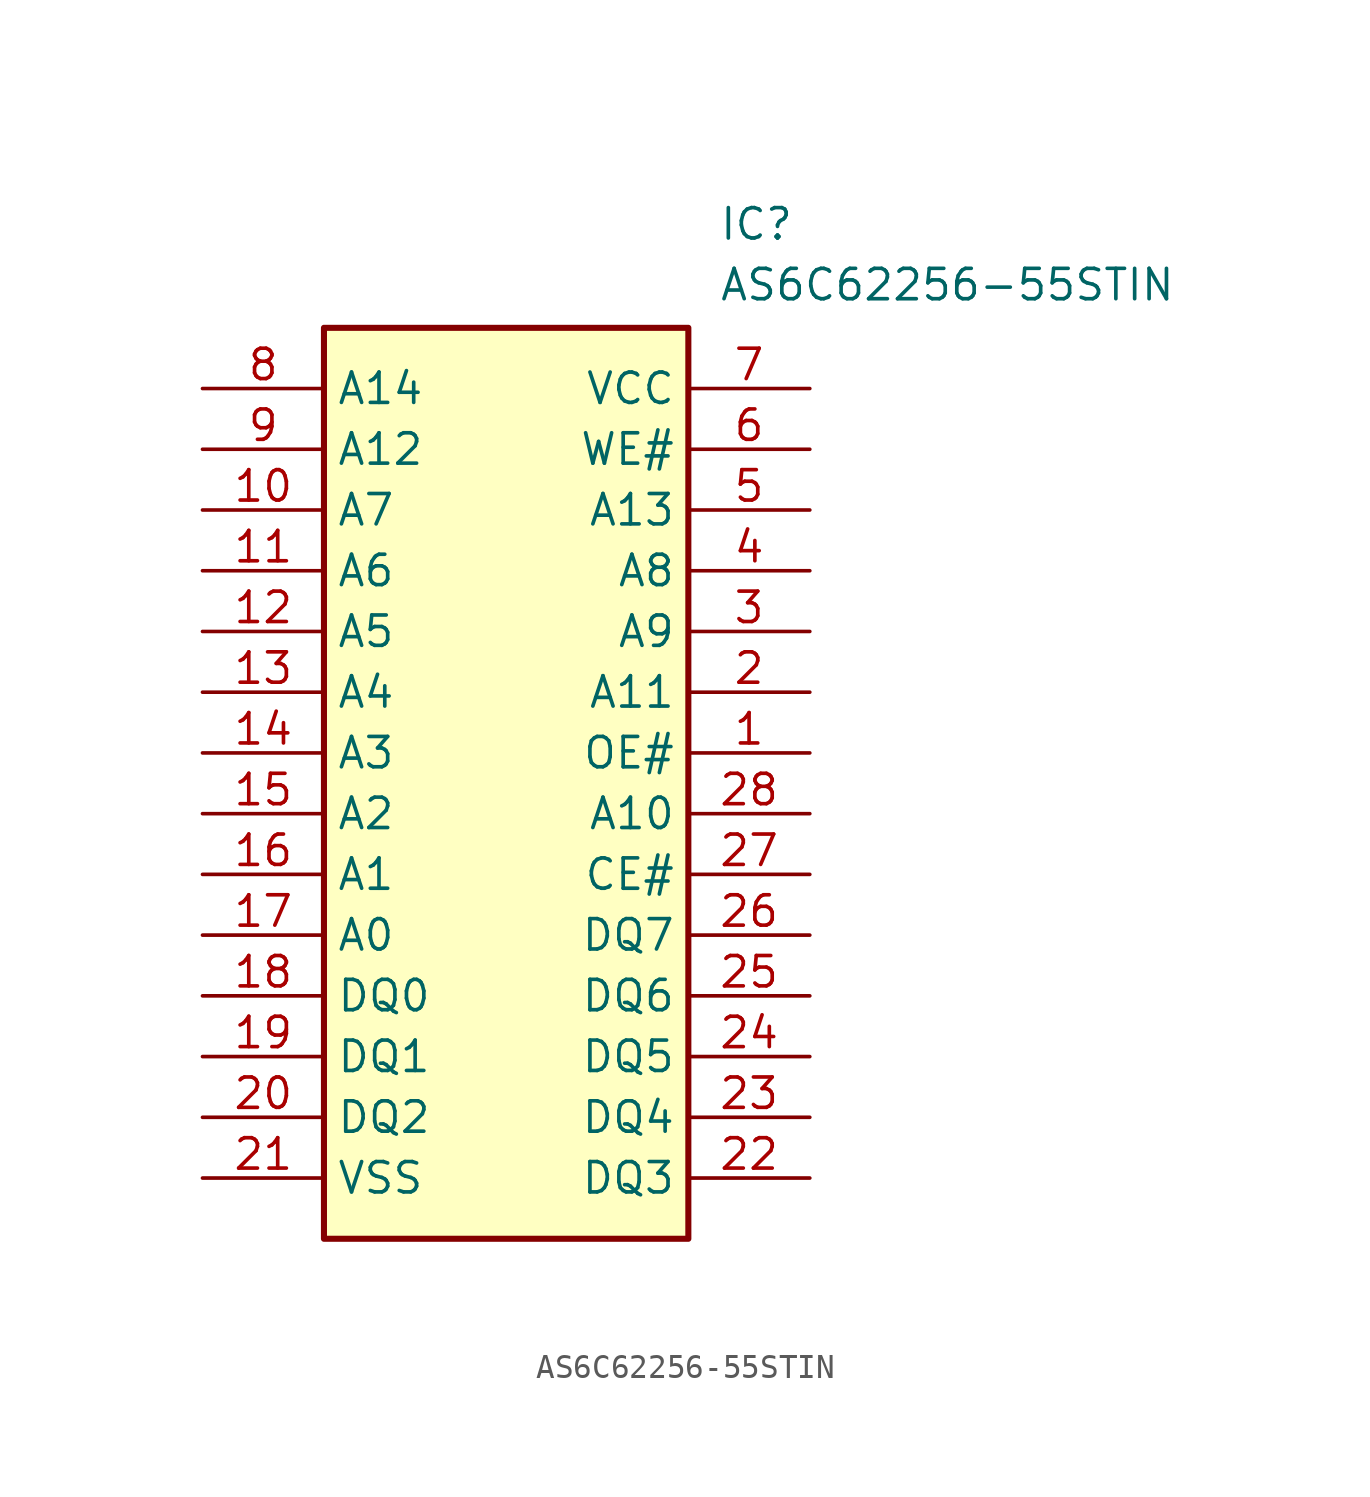
<source format=kicad_sym>
(kicad_symbol_lib
  (version 20241209)
  (generator "kicad_symbol_editor")
  (generator_version "9.0")
  (symbol "AS6C62256-55STIN"
    (property "Reference" "IC"
      (at 21.59 7.62 0)
      (effects (font (size 1.27 1.27)) (justify left top)))
    (property "Value" "AS6C62256-55STIN"
      (at 21.59 5.08 0)
      (effects (font (size 1.27 1.27)) (justify left top)))
    (symbol "AS6C62256-55STIN_1_1"
      (rectangle (start 5.08 2.54) (end 20.32 -35.56) (stroke (width 0.254) (type default)) (fill (type background)))
      (pin passive line (at 0 0 0) (length 5.08) (name "A14" (effects (font (size 1.27 1.27)))) (number "8" (effects (font (size 1.27 1.27)))))
      (pin passive line (at 0 -2.54 0) (length 5.08) (name "A12" (effects (font (size 1.27 1.27)))) (number "9" (effects (font (size 1.27 1.27)))))
      (pin passive line (at 0 -5.08 0) (length 5.08) (name "A7" (effects (font (size 1.27 1.27)))) (number "10" (effects (font (size 1.27 1.27)))))
      (pin passive line (at 0 -7.62 0) (length 5.08) (name "A6" (effects (font (size 1.27 1.27)))) (number "11" (effects (font (size 1.27 1.27)))))
      (pin passive line (at 0 -10.16 0) (length 5.08) (name "A5" (effects (font (size 1.27 1.27)))) (number "12" (effects (font (size 1.27 1.27)))))
      (pin passive line (at 0 -12.7 0) (length 5.08) (name "A4" (effects (font (size 1.27 1.27)))) (number "13" (effects (font (size 1.27 1.27)))))
      (pin passive line (at 0 -15.24 0) (length 5.08) (name "A3" (effects (font (size 1.27 1.27)))) (number "14" (effects (font (size 1.27 1.27)))))
      (pin passive line (at 0 -17.78 0) (length 5.08) (name "A2" (effects (font (size 1.27 1.27)))) (number "15" (effects (font (size 1.27 1.27)))))
      (pin passive line (at 0 -20.32 0) (length 5.08) (name "A1" (effects (font (size 1.27 1.27)))) (number "16" (effects (font (size 1.27 1.27)))))
      (pin passive line (at 0 -22.86 0) (length 5.08) (name "A0" (effects (font (size 1.27 1.27)))) (number "17" (effects (font (size 1.27 1.27)))))
      (pin passive line (at 0 -25.4 0) (length 5.08) (name "DQ0" (effects (font (size 1.27 1.27)))) (number "18" (effects (font (size 1.27 1.27)))))
      (pin passive line (at 0 -27.94 0) (length 5.08) (name "DQ1" (effects (font (size 1.27 1.27)))) (number "19" (effects (font (size 1.27 1.27)))))
      (pin passive line (at 0 -30.48 0) (length 5.08) (name "DQ2" (effects (font (size 1.27 1.27)))) (number "20" (effects (font (size 1.27 1.27)))))
      (pin passive line (at 0 -33.02 0) (length 5.08) (name "VSS" (effects (font (size 1.27 1.27)))) (number "21" (effects (font (size 1.27 1.27)))))
      (pin passive line (at 25.4 0 180) (length 5.08) (name "VCC" (effects (font (size 1.27 1.27)))) (number "7" (effects (font (size 1.27 1.27)))))
      (pin passive line (at 25.4 -2.54 180) (length 5.08) (name "WE#" (effects (font (size 1.27 1.27)))) (number "6" (effects (font (size 1.27 1.27)))))
      (pin passive line (at 25.4 -5.08 180) (length 5.08) (name "A13" (effects (font (size 1.27 1.27)))) (number "5" (effects (font (size 1.27 1.27)))))
      (pin passive line (at 25.4 -7.62 180) (length 5.08) (name "A8" (effects (font (size 1.27 1.27)))) (number "4" (effects (font (size 1.27 1.27)))))
      (pin passive line (at 25.4 -10.16 180) (length 5.08) (name "A9" (effects (font (size 1.27 1.27)))) (number "3" (effects (font (size 1.27 1.27)))))
      (pin passive line (at 25.4 -12.7 180) (length 5.08) (name "A11" (effects (font (size 1.27 1.27)))) (number "2" (effects (font (size 1.27 1.27)))))
      (pin passive line (at 25.4 -15.24 180) (length 5.08) (name "OE#" (effects (font (size 1.27 1.27)))) (number "1" (effects (font (size 1.27 1.27)))))
      (pin passive line (at 25.4 -17.78 180) (length 5.08) (name "A10" (effects (font (size 1.27 1.27)))) (number "28" (effects (font (size 1.27 1.27)))))
      (pin passive line (at 25.4 -20.32 180) (length 5.08) (name "CE#" (effects (font (size 1.27 1.27)))) (number "27" (effects (font (size 1.27 1.27)))))
      (pin passive line (at 25.4 -22.86 180) (length 5.08) (name "DQ7" (effects (font (size 1.27 1.27)))) (number "26" (effects (font (size 1.27 1.27)))))
      (pin passive line (at 25.4 -25.4 180) (length 5.08) (name "DQ6" (effects (font (size 1.27 1.27)))) (number "25" (effects (font (size 1.27 1.27)))))
      (pin passive line (at 25.4 -27.94 180) (length 5.08) (name "DQ5" (effects (font (size 1.27 1.27)))) (number "24" (effects (font (size 1.27 1.27)))))
      (pin passive line (at 25.4 -30.48 180) (length 5.08) (name "DQ4" (effects (font (size 1.27 1.27)))) (number "23" (effects (font (size 1.27 1.27)))))
      (pin passive line (at 25.4 -33.02 180) (length 5.08) (name "DQ3" (effects (font (size 1.27 1.27)))) (number "22" (effects (font (size 1.27 1.27))))))))
</source>
